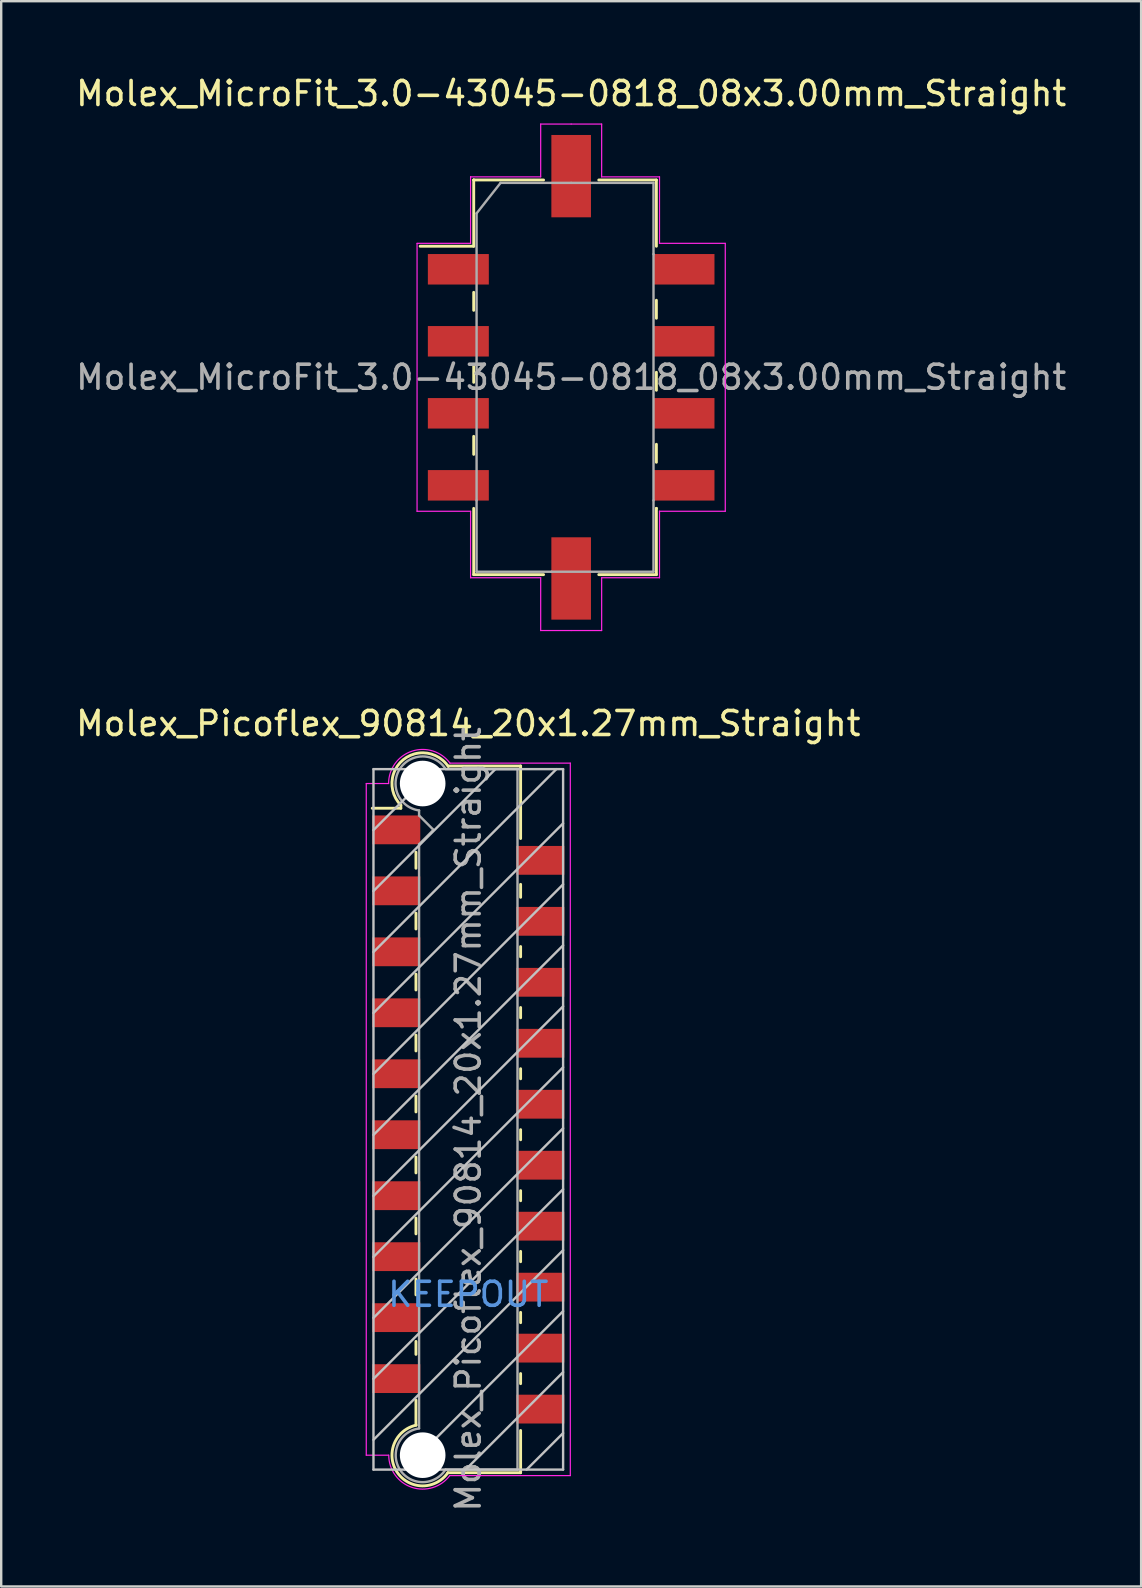
<source format=kicad_pcb>
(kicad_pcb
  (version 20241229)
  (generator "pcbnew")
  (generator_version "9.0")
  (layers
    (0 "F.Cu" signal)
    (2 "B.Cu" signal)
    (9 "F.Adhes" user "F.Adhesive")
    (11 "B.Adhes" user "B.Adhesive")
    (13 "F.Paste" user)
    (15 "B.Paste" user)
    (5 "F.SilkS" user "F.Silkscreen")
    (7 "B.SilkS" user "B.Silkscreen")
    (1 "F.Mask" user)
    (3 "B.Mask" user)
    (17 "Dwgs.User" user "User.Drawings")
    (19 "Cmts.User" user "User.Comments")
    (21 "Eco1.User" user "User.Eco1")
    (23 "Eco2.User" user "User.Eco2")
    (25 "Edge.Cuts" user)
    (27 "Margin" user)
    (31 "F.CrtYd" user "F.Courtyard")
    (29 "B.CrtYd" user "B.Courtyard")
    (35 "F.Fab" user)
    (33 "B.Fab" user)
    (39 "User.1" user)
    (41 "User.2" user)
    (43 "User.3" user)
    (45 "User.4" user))
  (footprint "Molex_MicroFit_3.0-43045-0818_08x3.00mm_Straight"
    (layer "F.Cu")
    (at 20.744 12.668)
    (property "Reference" "Molex_MicroFit_3.0-43045-0818_08x3.00mm_Straight" (at 0 -11.82 0) (layer "F.SilkS") (effects (font (size 1 1) (thickness 0.15))))
    (attr smd)
    (fp_line (start -6.29 -5.46) (end -4.06 -5.46) (stroke (width 0.12) (type solid)) (layer "F.SilkS"))
    (fp_line (start -4.06 -8.22) (end -4.06 -8.22) (stroke (width 0.12) (type solid)) (layer "F.SilkS"))
    (fp_line (start -4.06 -8.22) (end -1.15 -8.22) (stroke (width 0.12) (type solid)) (layer "F.SilkS"))
    (fp_line (start -4.06 -5.46) (end -4.06 -8.22) (stroke (width 0.12) (type solid)) (layer "F.SilkS"))
    (fp_line (start -4.06 -3.54) (end -4.06 -2.79) (stroke (width 0.12) (type solid)) (layer "F.SilkS"))
    (fp_line (start -4.06 -0.54) (end -4.06 0.21) (stroke (width 0.12) (type solid)) (layer "F.SilkS"))
    (fp_line (start -4.06 2.46) (end -4.06 3.21) (stroke (width 0.12) (type solid)) (layer "F.SilkS"))
    (fp_line (start -4.06 8.22) (end -4.06 5.46) (stroke (width 0.12) (type solid)) (layer "F.SilkS"))
    (fp_line (start -1.15 8.22) (end -4.06 8.22) (stroke (width 0.12) (type solid)) (layer "F.SilkS"))
    (fp_line (start 1.15 -8.22) (end 3.55 -8.22) (stroke (width 0.12) (type solid)) (layer "F.SilkS"))
    (fp_line (start 3.55 -8.22) (end 3.55 -5.46) (stroke (width 0.12) (type solid)) (layer "F.SilkS"))
    (fp_line (start 3.55 -2.46) (end 3.55 -3.21) (stroke (width 0.12) (type solid)) (layer "F.SilkS"))
    (fp_line (start 3.55 0.54) (end 3.55 -0.21) (stroke (width 0.12) (type solid)) (layer "F.SilkS"))
    (fp_line (start 3.55 3.54) (end 3.55 2.79) (stroke (width 0.12) (type solid)) (layer "F.SilkS"))
    (fp_line (start 3.55 5.46) (end 3.55 5.46) (stroke (width 0.12) (type solid)) (layer "F.SilkS"))
    (fp_line (start 3.55 5.46) (end 3.55 8.22) (stroke (width 0.12) (type solid)) (layer "F.SilkS"))
    (fp_line (start 3.55 8.22) (end 1.15 8.22) (stroke (width 0.12) (type solid)) (layer "F.SilkS"))
    (fp_line (start -6.42 -5.58) (end -4.19 -5.58) (stroke (width 0.05) (type solid)) (layer "F.CrtYd"))
    (fp_line (start -6.42 5.58) (end -6.42 -5.58) (stroke (width 0.05) (type solid)) (layer "F.CrtYd"))
    (fp_line (start -4.19 -8.35) (end -4.19 -8.35) (stroke (width 0.05) (type solid)) (layer "F.CrtYd"))
    (fp_line (start -4.19 -8.35) (end -1.27 -8.35) (stroke (width 0.05) (type solid)) (layer "F.CrtYd"))
    (fp_line (start -4.19 -5.58) (end -4.19 -8.35) (stroke (width 0.05) (type solid)) (layer "F.CrtYd"))
    (fp_line (start -4.19 5.58) (end -6.42 5.58) (stroke (width 0.05) (type solid)) (layer "F.CrtYd"))
    (fp_line (start -4.19 8.35) (end -4.19 5.58) (stroke (width 0.05) (type solid)) (layer "F.CrtYd"))
    (fp_line (start -1.27 -10.55) (end 0 -10.55) (stroke (width 0.05) (type solid)) (layer "F.CrtYd"))
    (fp_line (start -1.27 -8.35) (end -1.27 -10.55) (stroke (width 0.05) (type solid)) (layer "F.CrtYd"))
    (fp_line (start -1.27 8.35) (end -4.19 8.35) (stroke (width 0.05) (type solid)) (layer "F.CrtYd"))
    (fp_line (start -1.27 10.55) (end -1.27 8.35) (stroke (width 0.05) (type solid)) (layer "F.CrtYd"))
    (fp_line (start 0 -10.55) (end 1.27 -10.55) (stroke (width 0.05) (type solid)) (layer "F.CrtYd"))
    (fp_line (start 0 10.55) (end -1.27 10.55) (stroke (width 0.05) (type solid)) (layer "F.CrtYd"))
    (fp_line (start 1.27 -10.55) (end 1.27 -8.35) (stroke (width 0.05) (type solid)) (layer "F.CrtYd"))
    (fp_line (start 1.27 -8.35) (end 3.68 -8.35) (stroke (width 0.05) (type solid)) (layer "F.CrtYd"))
    (fp_line (start 1.27 8.35) (end 1.27 10.55) (stroke (width 0.05) (type solid)) (layer "F.CrtYd"))
    (fp_line (start 1.27 10.55) (end 0 10.55) (stroke (width 0.05) (type solid)) (layer "F.CrtYd"))
    (fp_line (start 3.68 -8.35) (end 3.68 -5.58) (stroke (width 0.05) (type solid)) (layer "F.CrtYd"))
    (fp_line (start 3.68 -5.58) (end 6.42 -5.58) (stroke (width 0.05) (type solid)) (layer "F.CrtYd"))
    (fp_line (start 3.68 5.58) (end 3.68 5.58) (stroke (width 0.05) (type solid)) (layer "F.CrtYd"))
    (fp_line (start 3.68 5.58) (end 3.68 8.35) (stroke (width 0.05) (type solid)) (layer "F.CrtYd"))
    (fp_line (start 3.68 8.35) (end 1.27 8.35) (stroke (width 0.05) (type solid)) (layer "F.CrtYd"))
    (fp_line (start 6.42 -5.58) (end 6.42 5.58) (stroke (width 0.05) (type solid)) (layer "F.CrtYd"))
    (fp_line (start 6.42 5.58) (end 3.68 5.58) (stroke (width 0.05) (type solid)) (layer "F.CrtYd"))
    (fp_line (start -3.94 -6.83) (end -2.94 -8.1) (stroke (width 0.1) (type solid)) (layer "F.Fab"))
    (fp_line (start -3.94 5.13) (end -3.94 -6.83) (stroke (width 0.1) (type solid)) (layer "F.Fab"))
    (fp_line (start -3.94 8.1) (end -3.94 5.13) (stroke (width 0.1) (type solid)) (layer "F.Fab"))
    (fp_line (start -2.94 -8.1) (end 0 -8.1) (stroke (width 0.1) (type solid)) (layer "F.Fab"))
    (fp_line (start -0.82 8.1) (end -3.94 8.1) (stroke (width 0.1) (type solid)) (layer "F.Fab"))
    (fp_line (start 0 -8.1) (end 3.43 -8.1) (stroke (width 0.1) (type solid)) (layer "F.Fab"))
    (fp_line (start 3.43 -8.1) (end 3.43 -5.13) (stroke (width 0.1) (type solid)) (layer "F.Fab"))
    (fp_line (start 3.43 -5.13) (end 3.43 5.13) (stroke (width 0.1) (type solid)) (layer "F.Fab"))
    (fp_line (start 3.43 5.13) (end 3.43 8.1) (stroke (width 0.1) (type solid)) (layer "F.Fab"))
    (fp_line (start 3.43 8.1) (end -0.82 8.1) (stroke (width 0.1) (type solid)) (layer "F.Fab"))
    (fp_text user "${REFERENCE}" (at 0 0 0) (layer "F.Fab") (effects (font (size 1 1) (thickness 0.15))))
    (pad "" smd rect (at 0 -8.38) (size 1.65 3.43) (layers "F.Cu" "F.Mask" "F.Paste"))
    (pad "" smd rect (at 0 8.38) (size 1.65 3.43) (layers "F.Cu" "F.Mask" "F.Paste"))
    (pad "1" smd rect (at -4.7 -4.5) (size 2.54 1.27) (layers "F.Cu" "F.Mask" "F.Paste"))
    (pad "2" smd rect (at -4.7 -1.5) (size 2.54 1.27) (layers "F.Cu" "F.Mask" "F.Paste"))
    (pad "3" smd rect (at -4.7 1.5) (size 2.54 1.27) (layers "F.Cu" "F.Mask" "F.Paste"))
    (pad "4" smd rect (at -4.7 4.5) (size 2.54 1.27) (layers "F.Cu" "F.Mask" "F.Paste"))
    (pad "5" smd rect (at 4.7 4.5) (size 2.54 1.27) (layers "F.Cu" "F.Mask" "F.Paste"))
    (pad "6" smd rect (at 4.7 1.5) (size 2.54 1.27) (layers "F.Cu" "F.Mask" "F.Paste"))
    (pad "7" smd rect (at 4.7 -1.5) (size 2.54 1.27) (layers "F.Cu" "F.Mask" "F.Paste"))
    (pad "8" smd rect (at 4.7 -4.5) (size 2.54 1.27) (layers "F.Cu" "F.Mask" "F.Paste")))
  (footprint "Molex_Picoflex_90814_20x1.27mm_Straight"
    (layer "F.Cu")
    (at 16.458 43.581)
    (property "Reference" "Molex_Picoflex_90814_20x1.27mm_Straight" (at 0 -16.49 0) (layer "F.SilkS") (effects (font (size 1 1) (thickness 0.15))))
    (attr smd)
    (fp_line (start -2.81 -13.09) (end -2.81 -12.96) (stroke (width 0.12) (type solid)) (layer "F.SilkS"))
    (fp_line (start -2.81 -12.96) (end -4 -12.96) (stroke (width 0.12) (type solid)) (layer "F.SilkS"))
    (fp_line (start -2.18 -10.46) (end -2.18 -11.13) (stroke (width 0.12) (type solid)) (layer "F.SilkS"))
    (fp_line (start -2.18 -7.93) (end -2.18 -8.59) (stroke (width 0.12) (type solid)) (layer "F.SilkS"))
    (fp_line (start -2.18 -5.39) (end -2.18 -6.05) (stroke (width 0.12) (type solid)) (layer "F.SilkS"))
    (fp_line (start -2.18 -2.85) (end -2.18 -3.51) (stroke (width 0.12) (type solid)) (layer "F.SilkS"))
    (fp_line (start -2.18 -0.31) (end -2.18 -0.97) (stroke (width 0.12) (type solid)) (layer "F.SilkS"))
    (fp_line (start -2.18 2.23) (end -2.18 1.57) (stroke (width 0.12) (type solid)) (layer "F.SilkS"))
    (fp_line (start -2.18 4.77) (end -2.18 4.11) (stroke (width 0.12) (type solid)) (layer "F.SilkS"))
    (fp_line (start -2.18 7.31) (end -2.18 6.65) (stroke (width 0.12) (type solid)) (layer "F.SilkS"))
    (fp_line (start -2.18 9.79) (end -2.18 9.25) (stroke (width 0.12) (type solid)) (layer "F.SilkS"))
    (fp_line (start -2.18 12.74) (end -2.18 11.7) (stroke (width 0.12) (type solid)) (layer "F.SilkS"))
    (fp_line (start 2.18 -14.72) (end -0.82 -14.72) (stroke (width 0.12) (type solid)) (layer "F.SilkS"))
    (fp_line (start 2.18 -14.72) (end 2.18 -11.7) (stroke (width 0.12) (type solid)) (layer "F.SilkS"))
    (fp_line (start 2.18 -9.79) (end 2.18 -9.25) (stroke (width 0.12) (type solid)) (layer "F.SilkS"))
    (fp_line (start 2.18 -7.2) (end 2.18 -6.77) (stroke (width 0.12) (type solid)) (layer "F.SilkS"))
    (fp_line (start 2.18 -4.66) (end 2.18 -4.23) (stroke (width 0.12) (type solid)) (layer "F.SilkS"))
    (fp_line (start 2.18 -2.11) (end 2.18 -1.69) (stroke (width 0.12) (type solid)) (layer "F.SilkS"))
    (fp_line (start 2.18 0.43) (end 2.18 0.85) (stroke (width 0.12) (type solid)) (layer "F.SilkS"))
    (fp_line (start 2.18 2.97) (end 2.18 3.39) (stroke (width 0.12) (type solid)) (layer "F.SilkS"))
    (fp_line (start 2.18 5.5) (end 2.18 5.93) (stroke (width 0.12) (type solid)) (layer "F.SilkS"))
    (fp_line (start 2.18 8.04) (end 2.18 8.47) (stroke (width 0.12) (type solid)) (layer "F.SilkS"))
    (fp_line (start 2.18 10.59) (end 2.18 11.01) (stroke (width 0.12) (type solid)) (layer "F.SilkS"))
    (fp_line (start 2.18 12.96) (end 2.18 14.72) (stroke (width 0.12) (type solid)) (layer "F.SilkS"))
    (fp_line (start 2.18 14.72) (end -0.85 14.72) (stroke (width 0.12) (type solid)) (layer "F.SilkS"))
    (fp_arc (start -2.81 -13.09) (mid -2.708637 -14.982072) (end -0.834991 -14.699828) (stroke (width 0.12) (type solid)) (layer "F.SilkS"))
    (fp_arc (start -0.85 14.72) (mid -2.962791 14.701248) (end -2.174424 12.740964) (stroke (width 0.12) (type solid)) (layer "F.SilkS"))
    (fp_line (start -3.95 -14.59) (end -3.95 14.59) (stroke (width 0.1) (type solid)) (layer "Dwgs.User"))
    (fp_line (start -3.95 -12.05) (end -1.41 -14.59) (stroke (width 0.1) (type solid)) (layer "Dwgs.User"))
    (fp_line (start -3.95 -9.51) (end 1.13 -14.59) (stroke (width 0.1) (type solid)) (layer "Dwgs.User"))
    (fp_line (start -3.95 -6.97) (end 3.67 -14.59) (stroke (width 0.1) (type solid)) (layer "Dwgs.User"))
    (fp_line (start -3.95 -4.43) (end 3.95 -12.33) (stroke (width 0.1) (type solid)) (layer "Dwgs.User"))
    (fp_line (start -3.95 -1.89) (end 3.95 -9.79) (stroke (width 0.1) (type solid)) (layer "Dwgs.User"))
    (fp_line (start -3.95 0.65) (end 3.95 -7.25) (stroke (width 0.1) (type solid)) (layer "Dwgs.User"))
    (fp_line (start -3.95 3.19) (end 3.95 -4.71) (stroke (width 0.1) (type solid)) (layer "Dwgs.User"))
    (fp_line (start -3.95 5.73) (end 3.95 -2.17) (stroke (width 0.1) (type solid)) (layer "Dwgs.User"))
    (fp_line (start -3.95 8.27) (end 3.95 0.37) (stroke (width 0.1) (type solid)) (layer "Dwgs.User"))
    (fp_line (start -3.95 10.81) (end 3.95 2.91) (stroke (width 0.1) (type solid)) (layer "Dwgs.User"))
    (fp_line (start -3.95 13.35) (end 3.95 5.45) (stroke (width 0.1) (type solid)) (layer "Dwgs.User"))
    (fp_line (start -3.95 14.59) (end 3.95 14.59) (stroke (width 0.1) (type solid)) (layer "Dwgs.User"))
    (fp_line (start -2.65 14.59) (end 3.95 7.99) (stroke (width 0.1) (type solid)) (layer "Dwgs.User"))
    (fp_line (start -0.11 14.59) (end 3.95 10.53) (stroke (width 0.1) (type solid)) (layer "Dwgs.User"))
    (fp_line (start 2.43 14.59) (end 3.95 13.07) (stroke (width 0.1) (type solid)) (layer "Dwgs.User"))
    (fp_line (start 3.95 -14.59) (end -3.95 -14.59) (stroke (width 0.1) (type solid)) (layer "Dwgs.User"))
    (fp_line (start 3.95 14.59) (end 3.95 -14.59) (stroke (width 0.1) (type solid)) (layer "Dwgs.User"))
    (fp_line (start -4.25 13.99) (end -4.25 -13.99) (stroke (width 0.05) (type solid)) (layer "F.CrtYd"))
    (fp_line (start -3.32 -13.99) (end -4.25 -13.99) (stroke (width 0.05) (type solid)) (layer "F.CrtYd"))
    (fp_line (start -3.32 13.99) (end -4.25 13.99) (stroke (width 0.05) (type solid)) (layer "F.CrtYd"))
    (fp_line (start 4.25 -14.84) (end -0.76 -14.84) (stroke (width 0.05) (type solid)) (layer "F.CrtYd"))
    (fp_line (start 4.25 -14.84) (end 4.25 14.84) (stroke (width 0.05) (type solid)) (layer "F.CrtYd"))
    (fp_line (start 4.25 14.84) (end -0.77 14.84) (stroke (width 0.05) (type solid)) (layer "F.CrtYd"))
    (fp_arc (start -3.32 -13.99) (mid -2.344692 -15.338573) (end -0.758523 -14.834648) (stroke (width 0.05) (type solid)) (layer "F.CrtYd"))
    (fp_arc (start -0.77 14.84) (mid -2.348691 15.330924) (end -3.314001 13.988743) (stroke (width 0.05) (type solid)) (layer "F.CrtYd"))
    (fp_line (start -2.05 -12.66) (end -2.05 -12.87) (stroke (width 0.1) (type solid)) (layer "F.Fab"))
    (fp_line (start -2.05 -11.46) (end -1.45 -12.06) (stroke (width 0.1) (type solid)) (layer "F.Fab"))
    (fp_line (start -2.05 12.87) (end -2.05 -11.46) (stroke (width 0.1) (type solid)) (layer "F.Fab"))
    (fp_line (start -1.45 -12.06) (end -2.05 -12.66) (stroke (width 0.1) (type solid)) (layer "F.Fab"))
    (fp_line (start 2.05 -14.59) (end -0.93 -14.59) (stroke (width 0.1) (type solid)) (layer "F.Fab"))
    (fp_line (start 2.05 -14.59) (end 2.05 14.59) (stroke (width 0.1) (type solid)) (layer "F.Fab"))
    (fp_line (start 2.05 14.59) (end -0.95 14.59) (stroke (width 0.1) (type solid)) (layer "F.Fab"))
    (fp_arc (start -2.05 -12.87) (mid -2.851672 -14.599279) (end -0.945612 -14.595015) (stroke (width 0.1) (type solid)) (layer "F.Fab"))
    (fp_arc (start -0.95 14.59) (mid -2.845272 14.597422) (end -2.051022 12.876585) (stroke (width 0.1) (type solid)) (layer "F.Fab"))
    (fp_text user "KEEPOUT" (at 0 7.29 0) (layer "Cmts.User") (effects (font (size 1 1) (thickness 0.15))))
    (fp_text user "${REFERENCE}" (at 0 0 90) (layer "F.Fab") (effects (font (size 1 1) (thickness 0.15))))
    (pad "" np_thru_hole circle (at -1.9 -13.99) (size 1.9 1.9) (drill 1.9) (layers "*.Cu"))
    (pad "" np_thru_hole circle (at -1.9 13.99) (size 1.9 1.9) (drill 1.9) (layers "*.Cu"))
    (pad "1" smd rect (at -3 -12.06) (size 2 1.2) (layers "F.Cu" "F.Mask" "F.Paste"))
    (pad "2" smd rect (at 3 -10.79) (size 2 1.2) (layers "F.Cu" "F.Mask" "F.Paste"))
    (pad "3" smd rect (at -3 -9.52) (size 2 1.2) (layers "F.Cu" "F.Mask" "F.Paste"))
    (pad "4" smd rect (at 3 -8.25) (size 2 1.2) (layers "F.Cu" "F.Mask" "F.Paste"))
    (pad "5" smd rect (at -3 -6.98) (size 2 1.2) (layers "F.Cu" "F.Mask" "F.Paste"))
    (pad "6" smd rect (at 3 -5.71) (size 2 1.2) (layers "F.Cu" "F.Mask" "F.Paste"))
    (pad "7" smd rect (at -3 -4.44) (size 2 1.2) (layers "F.Cu" "F.Mask" "F.Paste"))
    (pad "8" smd rect (at 3 -3.17) (size 2 1.2) (layers "F.Cu" "F.Mask" "F.Paste"))
    (pad "9" smd rect (at -3 -1.9) (size 2 1.2) (layers "F.Cu" "F.Mask" "F.Paste"))
    (pad "10" smd rect (at 3 -0.63) (size 2 1.2) (layers "F.Cu" "F.Mask" "F.Paste"))
    (pad "11" smd rect (at -3 0.64) (size 2 1.2) (layers "F.Cu" "F.Mask" "F.Paste"))
    (pad "12" smd rect (at 3 1.91) (size 2 1.2) (layers "F.Cu" "F.Mask" "F.Paste"))
    (pad "13" smd rect (at -3 3.18) (size 2 1.2) (layers "F.Cu" "F.Mask" "F.Paste"))
    (pad "14" smd rect (at 3 4.45) (size 2 1.2) (layers "F.Cu" "F.Mask" "F.Paste"))
    (pad "15" smd rect (at -3 5.72) (size 2 1.2) (layers "F.Cu" "F.Mask" "F.Paste"))
    (pad "16" smd rect (at 3 6.99) (size 2 1.2) (layers "F.Cu" "F.Mask" "F.Paste"))
    (pad "17" smd rect (at -3 8.26) (size 2 1.2) (layers "F.Cu" "F.Mask" "F.Paste"))
    (pad "18" smd rect (at 3 9.53) (size 2 1.2) (layers "F.Cu" "F.Mask" "F.Paste"))
    (pad "19" smd rect (at -3 10.8) (size 2 1.2) (layers "F.Cu" "F.Mask" "F.Paste"))
    (pad "20" smd rect (at 3 12.07) (size 2 1.2) (layers "F.Cu" "F.Mask" "F.Paste")))
  (gr_rect
    (start -3 -3)
    (end 44.488 63.04)
    (stroke (width 0.1) (type default))
    (fill no)
    (layer "Edge.Cuts")))
</source>
